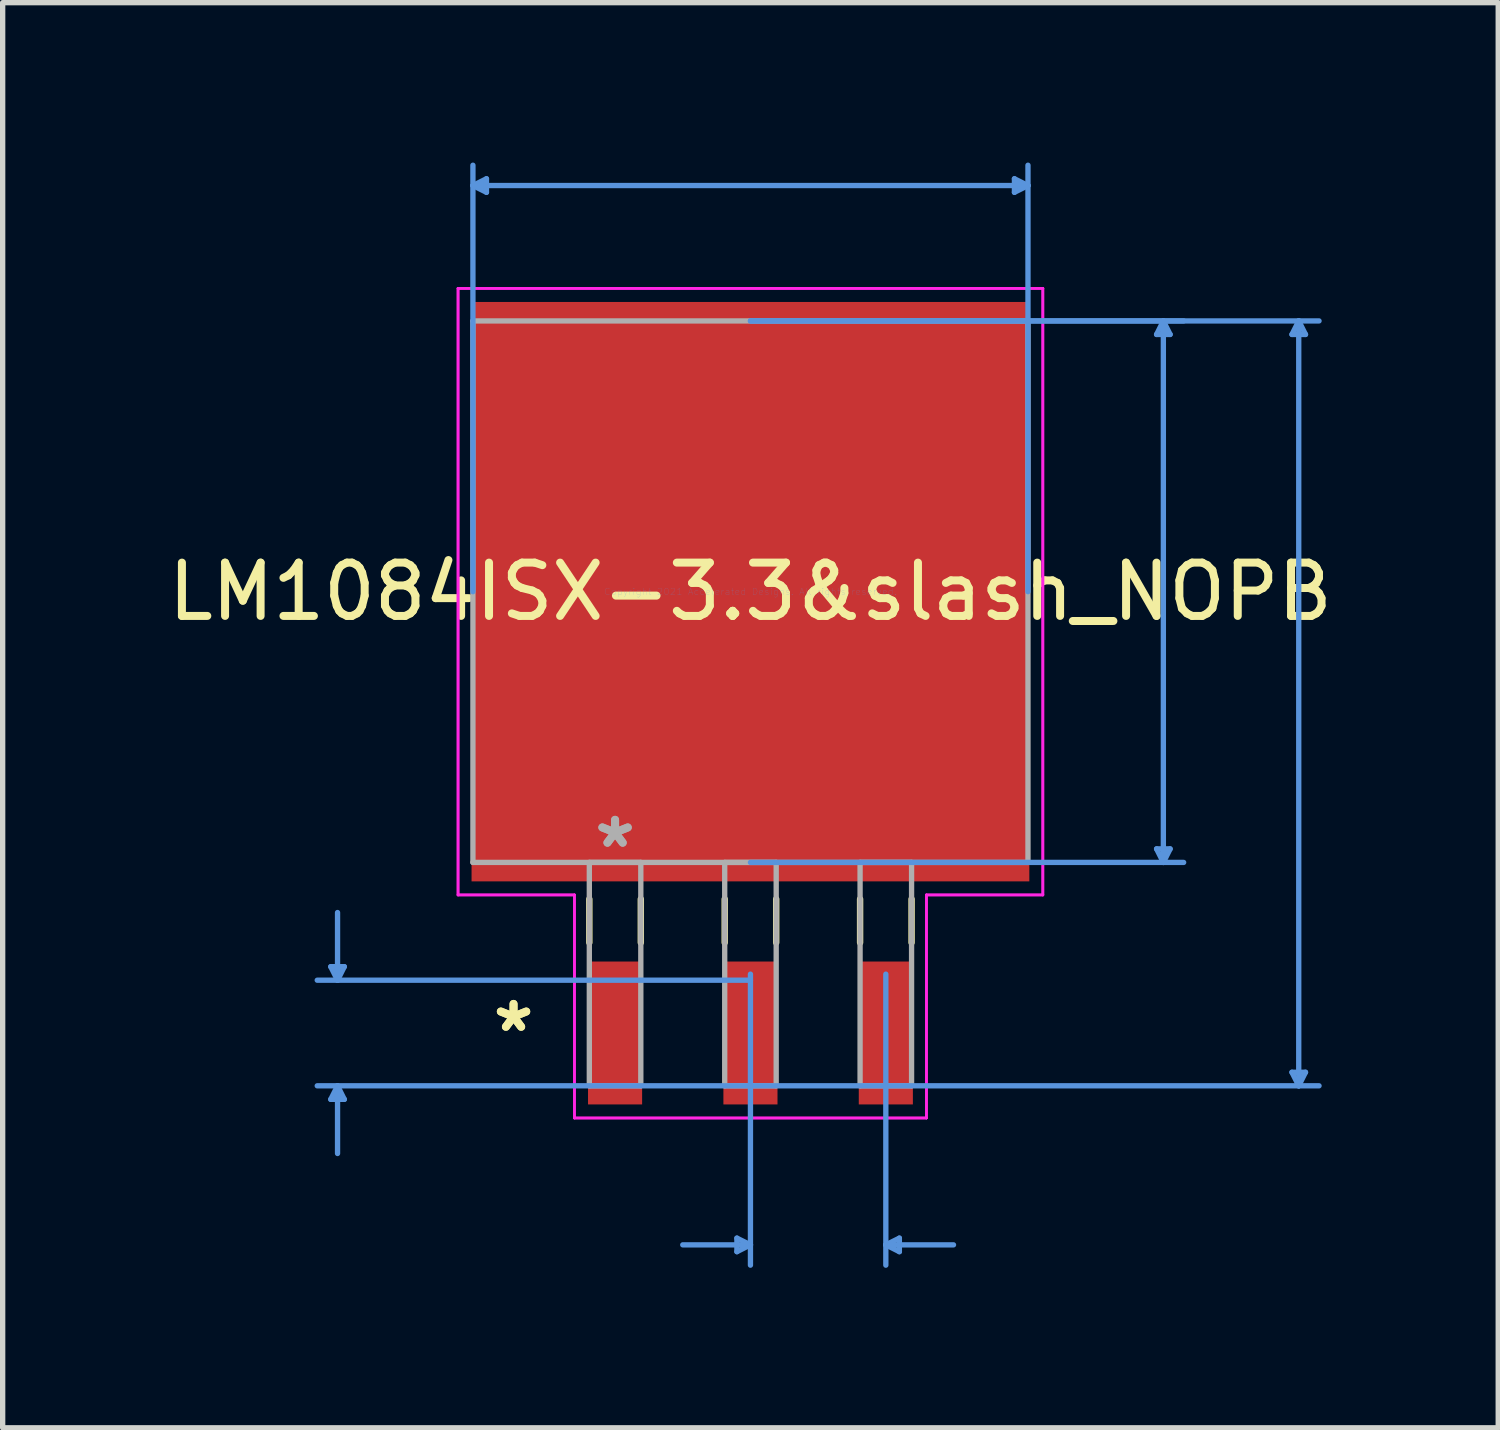
<source format=kicad_pcb>
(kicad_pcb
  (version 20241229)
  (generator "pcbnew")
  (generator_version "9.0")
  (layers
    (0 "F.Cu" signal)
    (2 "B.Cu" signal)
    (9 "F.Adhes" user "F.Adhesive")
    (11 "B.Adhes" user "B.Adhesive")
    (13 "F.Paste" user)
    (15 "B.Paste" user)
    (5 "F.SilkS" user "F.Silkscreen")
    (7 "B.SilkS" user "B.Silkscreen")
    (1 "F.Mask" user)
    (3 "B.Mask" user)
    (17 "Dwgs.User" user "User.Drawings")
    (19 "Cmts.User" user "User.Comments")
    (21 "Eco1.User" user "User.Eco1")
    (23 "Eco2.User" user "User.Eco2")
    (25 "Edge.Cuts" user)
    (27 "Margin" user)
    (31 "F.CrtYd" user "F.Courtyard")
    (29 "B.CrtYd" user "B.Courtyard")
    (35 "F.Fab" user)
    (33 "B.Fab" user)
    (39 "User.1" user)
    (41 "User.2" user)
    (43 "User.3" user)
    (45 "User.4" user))
  (footprint "LM1084ISX-3.3&slash_NOPB"
    (layer "F.Cu")
    (at 11.03 8.051)
    (property "Reference" "LM1084ISX-3.3&slash_NOPB" (at 0 0 0) (layer "F.SilkS") (effects (font (size 1 1) (thickness 0.15))))
    (attr through_hole)
    (fp_line (start -3.023 5.768) (end -3.023 6.584) (stroke (width 0.12) (type solid)) (layer "F.SilkS"))
    (fp_line (start -2.057 5.768) (end -2.057 6.584) (stroke (width 0.12) (type solid)) (layer "F.SilkS"))
    (fp_line (start -0.483 5.768) (end -0.483 6.584) (stroke (width 0.12) (type solid)) (layer "F.SilkS"))
    (fp_line (start 0.483 5.768) (end 0.483 6.584) (stroke (width 0.12) (type solid)) (layer "F.SilkS"))
    (fp_line (start 2.057 5.768) (end 2.057 6.584) (stroke (width 0.12) (type solid)) (layer "F.SilkS"))
    (fp_line (start 3.023 5.768) (end 3.023 6.584) (stroke (width 0.12) (type solid)) (layer "F.SilkS"))
    (fp_line (start -7.874 7.036) (end -7.62 7.036) (stroke (width 0.1) (type solid)) (layer "Cmts.User"))
    (fp_line (start -7.874 9.525) (end -7.62 9.525) (stroke (width 0.1) (type solid)) (layer "Cmts.User"))
    (fp_line (start -7.747 7.29) (end -7.874 7.036) (stroke (width 0.1) (type solid)) (layer "Cmts.User"))
    (fp_line (start -7.747 7.29) (end -7.747 6.02) (stroke (width 0.1) (type solid)) (layer "Cmts.User"))
    (fp_line (start -7.747 7.29) (end -7.62 7.036) (stroke (width 0.1) (type solid)) (layer "Cmts.User"))
    (fp_line (start -7.747 9.271) (end -7.874 9.525) (stroke (width 0.1) (type solid)) (layer "Cmts.User"))
    (fp_line (start -7.747 9.271) (end -7.747 10.541) (stroke (width 0.1) (type solid)) (layer "Cmts.User"))
    (fp_line (start -7.747 9.271) (end -7.62 9.525) (stroke (width 0.1) (type solid)) (layer "Cmts.User"))
    (fp_line (start -5.207 -7.62) (end -4.953 -7.747) (stroke (width 0.1) (type solid)) (layer "Cmts.User"))
    (fp_line (start -5.207 -7.62) (end -4.953 -7.493) (stroke (width 0.1) (type solid)) (layer "Cmts.User"))
    (fp_line (start -5.207 -7.62) (end 5.207 -7.62) (stroke (width 0.1) (type solid)) (layer "Cmts.User"))
    (fp_line (start -5.207 0) (end -5.207 -8.001) (stroke (width 0.1) (type solid)) (layer "Cmts.User"))
    (fp_line (start -4.953 -7.747) (end -4.953 -7.493) (stroke (width 0.1) (type solid)) (layer "Cmts.User"))
    (fp_line (start -0.254 12.129) (end -0.254 12.383) (stroke (width 0.1) (type solid)) (layer "Cmts.User"))
    (fp_line (start 0 -5.08) (end 8.128 -5.08) (stroke (width 0.1) (type solid)) (layer "Cmts.User"))
    (fp_line (start 0 -5.08) (end 10.668 -5.08) (stroke (width 0.1) (type solid)) (layer "Cmts.User"))
    (fp_line (start 0 5.08) (end 8.128 5.08) (stroke (width 0.1) (type solid)) (layer "Cmts.User"))
    (fp_line (start 0 7.176) (end 0 12.636) (stroke (width 0.1) (type solid)) (layer "Cmts.User"))
    (fp_line (start 0 7.29) (end -8.128 7.29) (stroke (width 0.1) (type solid)) (layer "Cmts.User"))
    (fp_line (start 0 9.271) (end -8.128 9.271) (stroke (width 0.1) (type solid)) (layer "Cmts.User"))
    (fp_line (start 0 9.271) (end 10.668 9.271) (stroke (width 0.1) (type solid)) (layer "Cmts.User"))
    (fp_line (start 0 12.255) (end -1.27 12.255) (stroke (width 0.1) (type solid)) (layer "Cmts.User"))
    (fp_line (start 0 12.255) (end -0.254 12.129) (stroke (width 0.1) (type solid)) (layer "Cmts.User"))
    (fp_line (start 0 12.255) (end -0.254 12.383) (stroke (width 0.1) (type solid)) (layer "Cmts.User"))
    (fp_line (start 2.54 7.176) (end 2.54 12.636) (stroke (width 0.1) (type solid)) (layer "Cmts.User"))
    (fp_line (start 2.54 12.255) (end 2.794 12.129) (stroke (width 0.1) (type solid)) (layer "Cmts.User"))
    (fp_line (start 2.54 12.255) (end 2.794 12.383) (stroke (width 0.1) (type solid)) (layer "Cmts.User"))
    (fp_line (start 2.54 12.255) (end 3.81 12.255) (stroke (width 0.1) (type solid)) (layer "Cmts.User"))
    (fp_line (start 2.794 12.129) (end 2.794 12.383) (stroke (width 0.1) (type solid)) (layer "Cmts.User"))
    (fp_line (start 4.953 -7.747) (end 4.953 -7.493) (stroke (width 0.1) (type solid)) (layer "Cmts.User"))
    (fp_line (start 5.207 -7.62) (end 4.953 -7.747) (stroke (width 0.1) (type solid)) (layer "Cmts.User"))
    (fp_line (start 5.207 -7.62) (end 4.953 -7.493) (stroke (width 0.1) (type solid)) (layer "Cmts.User"))
    (fp_line (start 5.207 0) (end 5.207 -8.001) (stroke (width 0.1) (type solid)) (layer "Cmts.User"))
    (fp_line (start 7.62 -4.826) (end 7.874 -4.826) (stroke (width 0.1) (type solid)) (layer "Cmts.User"))
    (fp_line (start 7.62 4.826) (end 7.874 4.826) (stroke (width 0.1) (type solid)) (layer "Cmts.User"))
    (fp_line (start 7.747 -5.08) (end 7.62 -4.826) (stroke (width 0.1) (type solid)) (layer "Cmts.User"))
    (fp_line (start 7.747 -5.08) (end 7.747 5.08) (stroke (width 0.1) (type solid)) (layer "Cmts.User"))
    (fp_line (start 7.747 -5.08) (end 7.874 -4.826) (stroke (width 0.1) (type solid)) (layer "Cmts.User"))
    (fp_line (start 7.747 5.08) (end 7.62 4.826) (stroke (width 0.1) (type solid)) (layer "Cmts.User"))
    (fp_line (start 7.747 5.08) (end 7.874 4.826) (stroke (width 0.1) (type solid)) (layer "Cmts.User"))
    (fp_line (start 10.16 -4.826) (end 10.414 -4.826) (stroke (width 0.1) (type solid)) (layer "Cmts.User"))
    (fp_line (start 10.16 9.017) (end 10.414 9.017) (stroke (width 0.1) (type solid)) (layer "Cmts.User"))
    (fp_line (start 10.287 -5.08) (end 10.16 -4.826) (stroke (width 0.1) (type solid)) (layer "Cmts.User"))
    (fp_line (start 10.287 -5.08) (end 10.287 9.271) (stroke (width 0.1) (type solid)) (layer "Cmts.User"))
    (fp_line (start 10.287 -5.08) (end 10.414 -4.826) (stroke (width 0.1) (type solid)) (layer "Cmts.User"))
    (fp_line (start 10.287 9.271) (end 10.16 9.017) (stroke (width 0.1) (type solid)) (layer "Cmts.User"))
    (fp_line (start 10.287 9.271) (end 10.414 9.017) (stroke (width 0.1) (type solid)) (layer "Cmts.User"))
    (fp_line (start -5.486 -5.69) (end 5.486 -5.69) (stroke (width 0.05) (type solid)) (layer "F.CrtYd"))
    (fp_line (start -5.486 -5.69) (end 5.486 -5.69) (stroke (width 0.05) (type solid)) (layer "F.CrtYd"))
    (fp_line (start -5.486 5.69) (end -5.486 -5.69) (stroke (width 0.05) (type solid)) (layer "F.CrtYd"))
    (fp_line (start -5.486 5.69) (end -5.486 -5.69) (stroke (width 0.05) (type solid)) (layer "F.CrtYd"))
    (fp_line (start -3.302 5.69) (end -5.486 5.69) (stroke (width 0.05) (type solid)) (layer "F.CrtYd"))
    (fp_line (start -3.302 5.69) (end -5.486 5.69) (stroke (width 0.05) (type solid)) (layer "F.CrtYd"))
    (fp_line (start -3.302 9.875) (end -3.302 5.69) (stroke (width 0.05) (type solid)) (layer "F.CrtYd"))
    (fp_line (start -3.302 9.875) (end -3.302 5.69) (stroke (width 0.05) (type solid)) (layer "F.CrtYd"))
    (fp_line (start 3.302 5.69) (end 3.302 9.875) (stroke (width 0.05) (type solid)) (layer "F.CrtYd"))
    (fp_line (start 3.302 5.69) (end 3.302 9.875) (stroke (width 0.05) (type solid)) (layer "F.CrtYd"))
    (fp_line (start 3.302 9.875) (end -3.302 9.875) (stroke (width 0.05) (type solid)) (layer "F.CrtYd"))
    (fp_line (start 3.302 9.875) (end -3.302 9.875) (stroke (width 0.05) (type solid)) (layer "F.CrtYd"))
    (fp_line (start 5.486 -5.69) (end 5.486 5.69) (stroke (width 0.05) (type solid)) (layer "F.CrtYd"))
    (fp_line (start 5.486 -5.69) (end 5.486 5.69) (stroke (width 0.05) (type solid)) (layer "F.CrtYd"))
    (fp_line (start 5.486 5.69) (end 3.302 5.69) (stroke (width 0.05) (type solid)) (layer "F.CrtYd"))
    (fp_line (start 5.486 5.69) (end 3.302 5.69) (stroke (width 0.05) (type solid)) (layer "F.CrtYd"))
    (fp_line (start -5.207 -5.08) (end -5.207 5.08) (stroke (width 0.1) (type solid)) (layer "F.Fab"))
    (fp_line (start -5.207 5.08) (end 5.207 5.08) (stroke (width 0.1) (type solid)) (layer "F.Fab"))
    (fp_line (start -3.023 5.08) (end -3.023 9.271) (stroke (width 0.1) (type solid)) (layer "F.Fab"))
    (fp_line (start -3.023 9.271) (end -2.057 9.271) (stroke (width 0.1) (type solid)) (layer "F.Fab"))
    (fp_line (start -2.057 5.08) (end -3.023 5.08) (stroke (width 0.1) (type solid)) (layer "F.Fab"))
    (fp_line (start -2.057 9.271) (end -2.057 5.08) (stroke (width 0.1) (type solid)) (layer "F.Fab"))
    (fp_line (start -0.483 5.08) (end -0.483 9.271) (stroke (width 0.1) (type solid)) (layer "F.Fab"))
    (fp_line (start -0.483 9.271) (end 0.483 9.271) (stroke (width 0.1) (type solid)) (layer "F.Fab"))
    (fp_line (start 0.483 5.08) (end -0.483 5.08) (stroke (width 0.1) (type solid)) (layer "F.Fab"))
    (fp_line (start 0.483 9.271) (end 0.483 5.08) (stroke (width 0.1) (type solid)) (layer "F.Fab"))
    (fp_line (start 2.057 5.08) (end 2.057 9.271) (stroke (width 0.1) (type solid)) (layer "F.Fab"))
    (fp_line (start 2.057 9.271) (end 3.023 9.271) (stroke (width 0.1) (type solid)) (layer "F.Fab"))
    (fp_line (start 3.023 5.08) (end 2.057 5.08) (stroke (width 0.1) (type solid)) (layer "F.Fab"))
    (fp_line (start 3.023 9.271) (end 3.023 5.08) (stroke (width 0.1) (type solid)) (layer "F.Fab"))
    (fp_line (start 5.207 -5.08) (end -5.207 -5.08) (stroke (width 0.1) (type solid)) (layer "F.Fab"))
    (fp_line (start 5.207 5.08) (end 5.207 -5.08) (stroke (width 0.1) (type solid)) (layer "F.Fab"))
    (fp_text user "*" (at -4.445 8.28 0) (layer "F.SilkS") (effects (font (size 1 1) (thickness 0.15))))
    (fp_text user "*" (at -4.445 8.28 0) (layer "F.SilkS") (effects (font (size 1 1) (thickness 0.15))))
    (fp_text user "Copyright 2021 Accelerated Designs. All rights reserved." (at 0 0 0) (layer "Cmts.User") (effects (font (size 0.127 0.127) (thickness 0.002))))
    (fp_text user "*" (at -2.54 4.826 0) (layer "F.Fab") (effects (font (size 1 1) (thickness 0.15))))
    (fp_text user "*" (at -2.54 4.826 0) (layer "F.Fab") (effects (font (size 1 1) (thickness 0.15))))
    (pad "1" smd rect (at -2.54 8.28) (size 1.015 2.681) (layers "F.Cu" "F.Mask" "F.Paste"))
    (pad "2" smd rect (at 0 8.28) (size 1.015 2.681) (layers "F.Cu" "F.Mask" "F.Paste"))
    (pad "3" smd rect (at 2.54 8.28) (size 1.015 2.681) (layers "F.Cu" "F.Mask" "F.Paste"))
    (pad "4" smd rect (at 0 0) (size 10.465 10.871) (layers "F.Cu" "F.Mask" "F.Paste")))
  (gr_rect
    (start -3 -3)
    (end 25.06 23.738)
    (stroke (width 0.1) (type default))
    (fill no)
    (layer "Edge.Cuts")))
</source>
